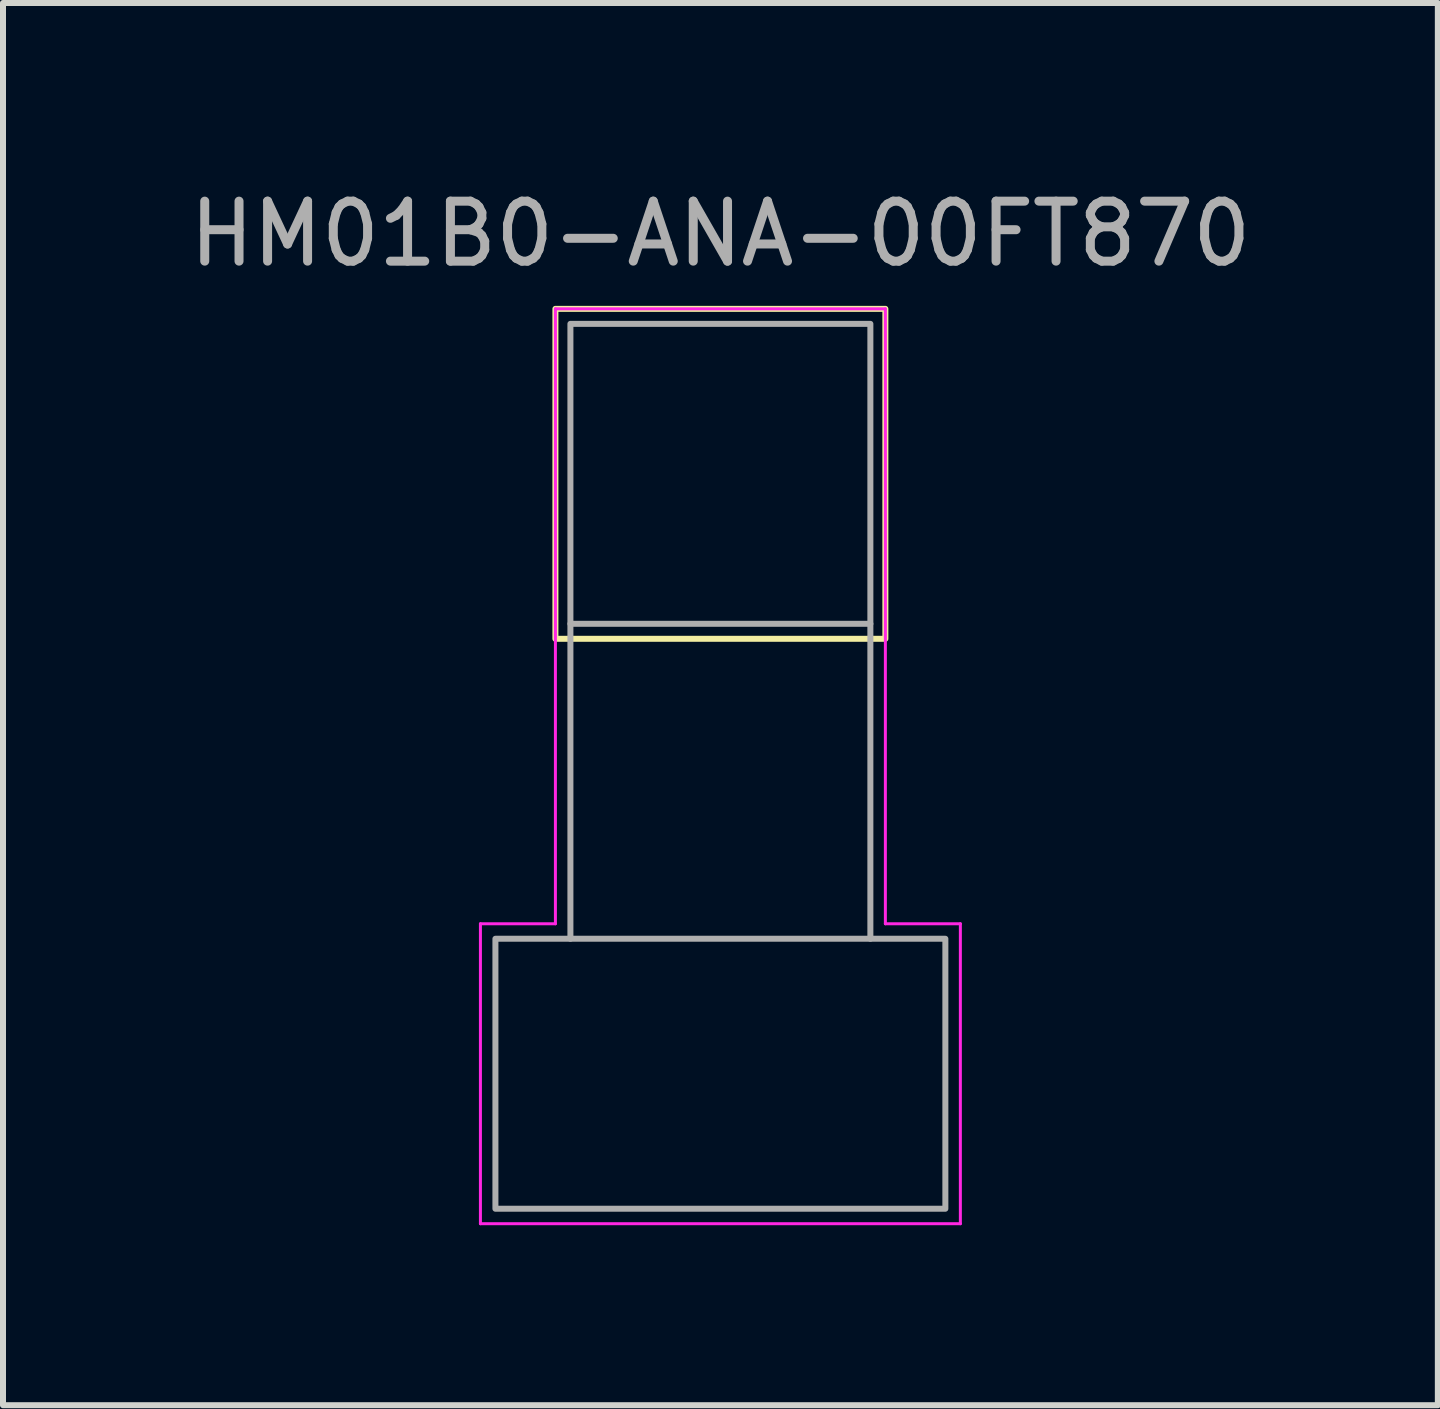
<source format=kicad_pcb>
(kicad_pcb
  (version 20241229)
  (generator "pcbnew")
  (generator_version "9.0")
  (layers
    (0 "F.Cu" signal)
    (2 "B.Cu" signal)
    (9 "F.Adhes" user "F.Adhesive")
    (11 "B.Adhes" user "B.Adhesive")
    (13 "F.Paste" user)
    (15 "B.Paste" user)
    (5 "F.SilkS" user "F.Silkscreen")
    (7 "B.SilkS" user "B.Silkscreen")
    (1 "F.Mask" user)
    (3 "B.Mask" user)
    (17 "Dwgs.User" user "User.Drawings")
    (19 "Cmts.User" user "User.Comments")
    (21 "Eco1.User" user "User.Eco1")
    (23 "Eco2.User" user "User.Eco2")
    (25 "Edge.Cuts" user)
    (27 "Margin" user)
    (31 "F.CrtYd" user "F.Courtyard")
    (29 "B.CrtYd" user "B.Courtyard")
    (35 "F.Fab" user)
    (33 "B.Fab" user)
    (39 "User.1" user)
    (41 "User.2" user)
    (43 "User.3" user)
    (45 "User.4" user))
  (footprint "HM01B0-ANA-00FT870"
    (layer "F.Cu")
    (at 8.958 14.848)
    (property "Reference" "HM01B0-ANA-00FT870" (at 0 -14 0) (unlocked yes) (layer "F.Fab") (effects (font (size 1 1) (thickness 0.15))))
    (attr smd)
    (fp_rect (start -2.75 -12.75) (end 2.75 -7.25) (stroke (width 0.1) (type default)) (fill no) (layer "F.SilkS"))
    (fp_line (start -4 -2.5) (end -4 2.5) (stroke (width 0.05) (type default)) (layer "F.CrtYd"))
    (fp_line (start -4 2.5) (end 4 2.5) (stroke (width 0.05) (type default)) (layer "F.CrtYd"))
    (fp_line (start -2.75 -12.75) (end -2.75 -2.5) (stroke (width 0.05) (type default)) (layer "F.CrtYd"))
    (fp_line (start -2.75 -2.5) (end -4 -2.5) (stroke (width 0.05) (type default)) (layer "F.CrtYd"))
    (fp_line (start 2.75 -12.75) (end -2.75 -12.75) (stroke (width 0.05) (type default)) (layer "F.CrtYd"))
    (fp_line (start 2.75 -2.5) (end 2.75 -12.75) (stroke (width 0.05) (type default)) (layer "F.CrtYd"))
    (fp_line (start 4 -2.5) (end 2.75 -2.5) (stroke (width 0.05) (type default)) (layer "F.CrtYd"))
    (fp_line (start 4 2.5) (end 4 -2.5) (stroke (width 0.05) (type default)) (layer "F.CrtYd"))
    (fp_line (start -2.5 -7.5) (end -2.5 -2.25) (stroke (width 0.1) (type default)) (layer "F.Fab"))
    (fp_line (start 2.5 -7.5) (end 2.5 -2.25) (stroke (width 0.1) (type default)) (layer "F.Fab"))
    (fp_rect (start -3.75 -2.25) (end 3.75 2.25) (stroke (width 0.1) (type default)) (fill no) (layer "F.Fab"))
    (fp_rect (start -2.5 -12.5) (end 2.5 -7.5) (stroke (width 0.1) (type default)) (fill no) (layer "F.Fab"))
    (fp_line (start -0.25 -10) (end 0.25 -10) (stroke (width 0.1) (type default)) (layer "User.2"))
    (fp_line (start -0.25 0) (end 0.25 0) (stroke (width 0.1) (type default)) (layer "User.2"))
    (fp_line (start 0 -10.25) (end 0 -9.75) (stroke (width 0.1) (type default)) (layer "User.2"))
    (fp_line (start 0 -0.25) (end 0 0.25) (stroke (width 0.1) (type default)) (layer "User.2"))
    (fp_rect (start -3 -0.75) (end 3 0.75) (stroke (width 0.1) (type default)) (fill no) (layer "User.2"))
    (fp_text user "12" (at 2.5 -1.25 0) (unlocked yes) (layer "User.2") (effects (font (size 0.5 0.5) (thickness 0.125))))
    (fp_text user "24" (at -2.5 1.25 0) (unlocked yes) (layer "User.2") (effects (font (size 0.5 0.5) (thickness 0.125))))
    (fp_text user "13" (at 2.5 1.25 0) (unlocked yes) (layer "User.2") (effects (font (size 0.5 0.5) (thickness 0.125))))
    (fp_text user "1" (at -2.5 -1.25 0) (unlocked yes) (layer "User.2") (effects (font (size 0.5 0.5) (thickness 0.125)))))
  (gr_rect
    (start -3 -3)
    (end 20.917 20.373)
    (stroke (width 0.1) (type default))
    (fill no)
    (layer "Edge.Cuts")))
</source>
